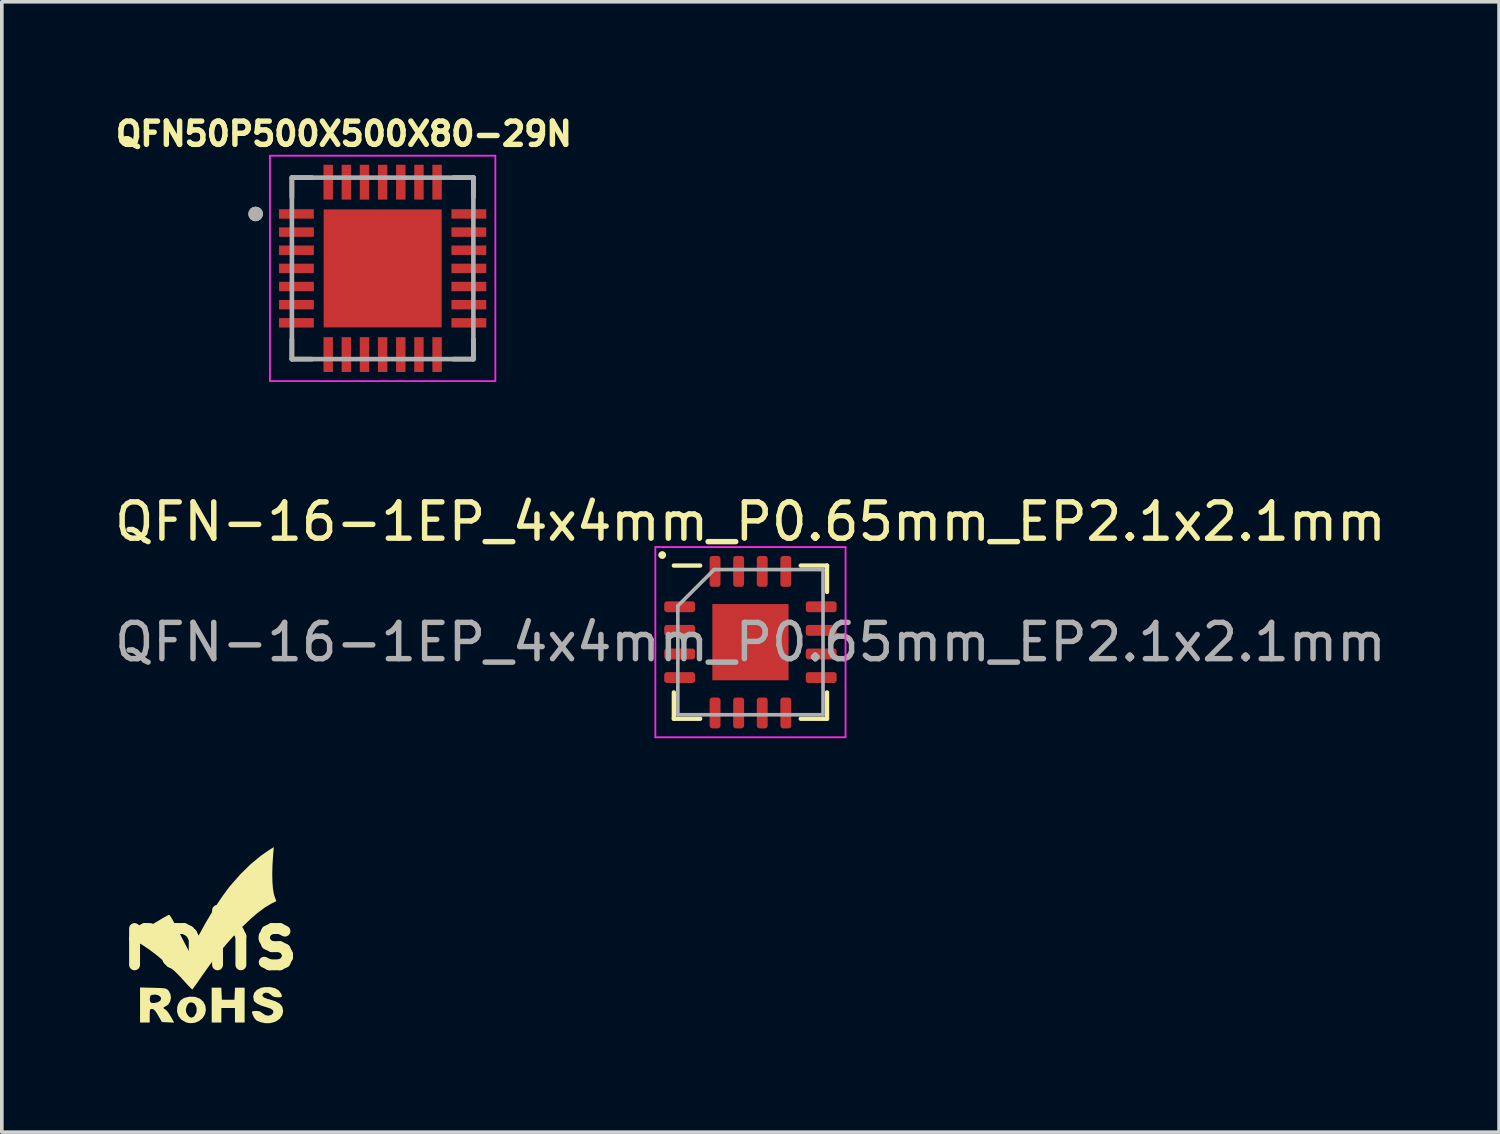
<source format=kicad_pcb>
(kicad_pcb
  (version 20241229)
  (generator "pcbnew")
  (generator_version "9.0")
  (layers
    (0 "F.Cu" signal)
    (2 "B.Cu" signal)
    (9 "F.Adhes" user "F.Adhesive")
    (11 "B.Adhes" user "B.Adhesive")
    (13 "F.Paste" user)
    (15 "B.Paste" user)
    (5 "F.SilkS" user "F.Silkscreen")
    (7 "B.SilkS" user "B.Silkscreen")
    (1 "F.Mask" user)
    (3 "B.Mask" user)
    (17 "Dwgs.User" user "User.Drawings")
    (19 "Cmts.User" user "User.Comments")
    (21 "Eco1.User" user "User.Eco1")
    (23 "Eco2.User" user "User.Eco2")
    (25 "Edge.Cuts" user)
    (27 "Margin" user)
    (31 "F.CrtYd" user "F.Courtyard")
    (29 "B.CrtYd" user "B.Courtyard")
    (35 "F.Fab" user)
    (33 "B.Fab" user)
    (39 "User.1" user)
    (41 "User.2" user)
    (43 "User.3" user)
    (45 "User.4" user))
  (footprint "QFN50P500X500X80-29N"
    (layer "F.Cu")
    (at 7.492 4.344)
    (property "Reference" "QFN50P500X500X80-29N" (at -1.068 -3.706 0) (layer "F.SilkS") (effects (font (size 0.64 0.64) (thickness 0.15))))
    (attr smd)
    (fp_poly (pts (xy -1.725 -1.725) (xy 1.725 -1.725) (xy 1.725 1.725) (xy -1.725 1.725)) (stroke (width 0.01) (type solid)) (fill yes) (layer "F.Mask"))
    (fp_line (start -2.5 -2.5) (end -2.5 -1.95) (stroke (width 0.127) (type solid)) (layer "F.SilkS"))
    (fp_line (start -2.5 1.95) (end -2.5 2.5) (stroke (width 0.127) (type solid)) (layer "F.SilkS"))
    (fp_line (start -1.95 -2.5) (end -2.5 -2.5) (stroke (width 0.127) (type solid)) (layer "F.SilkS"))
    (fp_line (start -1.95 2.5) (end -2.5 2.5) (stroke (width 0.127) (type solid)) (layer "F.SilkS"))
    (fp_line (start 2.5 -2.5) (end 1.95 -2.5) (stroke (width 0.127) (type solid)) (layer "F.SilkS"))
    (fp_line (start 2.5 -2.5) (end 2.5 -1.95) (stroke (width 0.127) (type solid)) (layer "F.SilkS"))
    (fp_line (start 2.5 1.95) (end 2.5 2.5) (stroke (width 0.127) (type solid)) (layer "F.SilkS"))
    (fp_line (start 2.5 2.5) (end 1.95 2.5) (stroke (width 0.127) (type solid)) (layer "F.SilkS"))
    (fp_circle (center -3.5 -1.5) (end -3.4 -1.5) (stroke (width 0.2) (type solid)) (fill no) (layer "F.SilkS"))
    (fp_poly (pts (xy -1.31 -1.31) (xy -0.16 -1.31) (xy -0.16 -0.16) (xy -1.31 -0.16)) (stroke (width 0.01) (type solid)) (fill yes) (layer "F.Paste"))
    (fp_poly (pts (xy -1.31 0.16) (xy -0.16 0.16) (xy -0.16 1.31) (xy -1.31 1.31)) (stroke (width 0.01) (type solid)) (fill yes) (layer "F.Paste"))
    (fp_poly (pts (xy 0.16 -1.31) (xy 1.31 -1.31) (xy 1.31 -0.16) (xy 0.16 -0.16)) (stroke (width 0.01) (type solid)) (fill yes) (layer "F.Paste"))
    (fp_poly (pts (xy 0.16 0.16) (xy 1.31 0.16) (xy 1.31 1.31) (xy 0.16 1.31)) (stroke (width 0.01) (type solid)) (fill yes) (layer "F.Paste"))
    (fp_line (start -3.105 -3.105) (end -3.105 3.105) (stroke (width 0.05) (type solid)) (layer "F.CrtYd"))
    (fp_line (start -3.105 3.105) (end 3.105 3.105) (stroke (width 0.05) (type solid)) (layer "F.CrtYd"))
    (fp_line (start 3.105 -3.105) (end -3.105 -3.105) (stroke (width 0.05) (type solid)) (layer "F.CrtYd"))
    (fp_line (start 3.105 3.105) (end 3.105 -3.105) (stroke (width 0.05) (type solid)) (layer "F.CrtYd"))
    (fp_line (start -2.5 -2.5) (end -2.5 2.5) (stroke (width 0.127) (type solid)) (layer "F.Fab"))
    (fp_line (start -2.5 2.5) (end 2.5 2.5) (stroke (width 0.127) (type solid)) (layer "F.Fab"))
    (fp_line (start 2.5 -2.5) (end -2.5 -2.5) (stroke (width 0.127) (type solid)) (layer "F.Fab"))
    (fp_line (start 2.5 2.5) (end 2.5 -2.5) (stroke (width 0.127) (type solid)) (layer "F.Fab"))
    (fp_circle (center -3.5 -1.5) (end -3.4 -1.5) (stroke (width 0.2) (type solid)) (fill no) (layer "F.Fab"))
    (pad "1" smd rect (at -2.375 -1.5) (size 0.96 0.26) (layers "F.Cu" "F.Mask" "F.Paste"))
    (pad "2" smd rect (at -2.375 -1) (size 0.96 0.26) (layers "F.Cu" "F.Mask" "F.Paste"))
    (pad "3" smd rect (at -2.375 -0.5) (size 0.96 0.26) (layers "F.Cu" "F.Mask" "F.Paste"))
    (pad "4" smd rect (at -2.375 0) (size 0.96 0.26) (layers "F.Cu" "F.Mask" "F.Paste"))
    (pad "5" smd rect (at -2.375 0.5) (size 0.96 0.26) (layers "F.Cu" "F.Mask" "F.Paste"))
    (pad "6" smd rect (at -2.375 1) (size 0.96 0.26) (layers "F.Cu" "F.Mask" "F.Paste"))
    (pad "7" smd rect (at -2.375 1.5) (size 0.96 0.26) (layers "F.Cu" "F.Mask" "F.Paste"))
    (pad "8" smd rect (at -1.5 2.375) (size 0.26 0.96) (layers "F.Cu" "F.Mask" "F.Paste"))
    (pad "9" smd rect (at -1 2.375) (size 0.26 0.96) (layers "F.Cu" "F.Mask" "F.Paste"))
    (pad "10" smd rect (at -0.5 2.375) (size 0.26 0.96) (layers "F.Cu" "F.Mask" "F.Paste"))
    (pad "11" smd rect (at 0 2.375) (size 0.26 0.96) (layers "F.Cu" "F.Mask" "F.Paste"))
    (pad "12" smd rect (at 0.5 2.375) (size 0.26 0.96) (layers "F.Cu" "F.Mask" "F.Paste"))
    (pad "13" smd rect (at 1 2.375) (size 0.26 0.96) (layers "F.Cu" "F.Mask" "F.Paste"))
    (pad "14" smd rect (at 1.5 2.375) (size 0.26 0.96) (layers "F.Cu" "F.Mask" "F.Paste"))
    (pad "15" smd rect (at 2.375 1.5) (size 0.96 0.26) (layers "F.Cu" "F.Mask" "F.Paste"))
    (pad "16" smd rect (at 2.375 1) (size 0.96 0.26) (layers "F.Cu" "F.Mask" "F.Paste"))
    (pad "17" smd rect (at 2.375 0.5) (size 0.96 0.26) (layers "F.Cu" "F.Mask" "F.Paste"))
    (pad "18" smd rect (at 2.375 0) (size 0.96 0.26) (layers "F.Cu" "F.Mask" "F.Paste"))
    (pad "19" smd rect (at 2.375 -0.5) (size 0.96 0.26) (layers "F.Cu" "F.Mask" "F.Paste"))
    (pad "20" smd rect (at 2.375 -1) (size 0.96 0.26) (layers "F.Cu" "F.Mask" "F.Paste"))
    (pad "21" smd rect (at 2.375 -1.5) (size 0.96 0.26) (layers "F.Cu" "F.Mask" "F.Paste"))
    (pad "22" smd rect (at 1.5 -2.375) (size 0.26 0.96) (layers "F.Cu" "F.Mask" "F.Paste"))
    (pad "23" smd rect (at 1 -2.375) (size 0.26 0.96) (layers "F.Cu" "F.Mask" "F.Paste"))
    (pad "24" smd rect (at 0.5 -2.375) (size 0.26 0.96) (layers "F.Cu" "F.Mask" "F.Paste"))
    (pad "25" smd rect (at 0 -2.375) (size 0.26 0.96) (layers "F.Cu" "F.Mask" "F.Paste"))
    (pad "26" smd rect (at -0.5 -2.375) (size 0.26 0.96) (layers "F.Cu" "F.Mask" "F.Paste"))
    (pad "27" smd rect (at -1 -2.375) (size 0.26 0.96) (layers "F.Cu" "F.Mask" "F.Paste"))
    (pad "28" smd rect (at -1.5 -2.375) (size 0.26 0.96) (layers "F.Cu" "F.Mask" "F.Paste"))
    (pad "29" smd custom (at 0 0) (size 1.27 1.27) (layers "F.Cu") (options (anchor rect)) (primitives (gr_poly (pts (xy -1.625 -1.625) (xy -1.625 1.625) (xy 1.625 1.625) (xy 1.625 -1.625)) (width 0.001) (fill yes)))))
  (footprint "QFN-16-1EP_4x4mm_P0.65mm_EP2.1x2.1mm"
    (layer "F.Cu")
    (at 17.625 14.642)
    (property "Reference" "QFN-16-1EP_4x4mm_P0.65mm_EP2.1x2.1mm" (at 0 -3.32 0) (layer "F.SilkS") (effects (font (size 1 1) (thickness 0.15))))
    (attr smd)
    (fp_line (start -2.11 2.11) (end -2.11 1.385) (stroke (width 0.12) (type solid)) (layer "F.SilkS"))
    (fp_line (start -1.385 -2.11) (end -2.11 -2.11) (stroke (width 0.12) (type solid)) (layer "F.SilkS"))
    (fp_line (start -1.385 2.11) (end -2.11 2.11) (stroke (width 0.12) (type solid)) (layer "F.SilkS"))
    (fp_line (start 1.385 -2.11) (end 2.11 -2.11) (stroke (width 0.12) (type solid)) (layer "F.SilkS"))
    (fp_line (start 1.385 2.11) (end 2.11 2.11) (stroke (width 0.12) (type solid)) (layer "F.SilkS"))
    (fp_line (start 2.11 -2.11) (end 2.11 -1.385) (stroke (width 0.12) (type solid)) (layer "F.SilkS"))
    (fp_line (start 2.11 2.11) (end 2.11 1.385) (stroke (width 0.12) (type solid)) (layer "F.SilkS"))
    (fp_circle (center -2.43 -2.4) (end -2.373 -2.4) (stroke (width 0.1) (type solid)) (fill yes) (layer "F.SilkS"))
    (fp_line (start -2.62 -2.62) (end -2.62 2.62) (stroke (width 0.05) (type solid)) (layer "F.CrtYd"))
    (fp_line (start -2.62 2.62) (end 2.62 2.62) (stroke (width 0.05) (type solid)) (layer "F.CrtYd"))
    (fp_line (start 2.62 -2.62) (end -2.62 -2.62) (stroke (width 0.05) (type solid)) (layer "F.CrtYd"))
    (fp_line (start 2.62 2.62) (end 2.62 -2.62) (stroke (width 0.05) (type solid)) (layer "F.CrtYd"))
    (fp_line (start -2 -1) (end -1 -2) (stroke (width 0.1) (type solid)) (layer "F.Fab"))
    (fp_line (start -2 2) (end -2 -1) (stroke (width 0.1) (type solid)) (layer "F.Fab"))
    (fp_line (start -1 -2) (end 2 -2) (stroke (width 0.1) (type solid)) (layer "F.Fab"))
    (fp_line (start 2 -2) (end 2 2) (stroke (width 0.1) (type solid)) (layer "F.Fab"))
    (fp_line (start 2 2) (end -2 2) (stroke (width 0.1) (type solid)) (layer "F.Fab"))
    (fp_text user "${REFERENCE}" (at 0 0 0) (layer "F.Fab") (effects (font (size 1 1) (thickness 0.15))))
    (pad "" smd roundrect (at -0.525 -0.525) (size 0.85 0.85) (layers "F.Paste") (roundrect_rratio 0.25))
    (pad "" smd roundrect (at -0.525 0.525) (size 0.85 0.85) (layers "F.Paste") (roundrect_rratio 0.25))
    (pad "" smd roundrect (at 0.525 -0.525) (size 0.85 0.85) (layers "F.Paste") (roundrect_rratio 0.25))
    (pad "" smd roundrect (at 0.525 0.525) (size 0.85 0.85) (layers "F.Paste") (roundrect_rratio 0.25))
    (pad "1" smd roundrect (at -1.95 -0.975) (size 0.85 0.3) (layers "F.Cu" "F.Mask" "F.Paste") (roundrect_rratio 0.25))
    (pad "2" smd roundrect (at -1.95 -0.325) (size 0.85 0.3) (layers "F.Cu" "F.Mask" "F.Paste") (roundrect_rratio 0.25))
    (pad "3" smd roundrect (at -1.95 0.325) (size 0.85 0.3) (layers "F.Cu" "F.Mask" "F.Paste") (roundrect_rratio 0.25))
    (pad "4" smd roundrect (at -1.95 0.975) (size 0.85 0.3) (layers "F.Cu" "F.Mask" "F.Paste") (roundrect_rratio 0.25))
    (pad "5" smd roundrect (at -0.975 1.95) (size 0.3 0.85) (layers "F.Cu" "F.Mask" "F.Paste") (roundrect_rratio 0.25))
    (pad "6" smd roundrect (at -0.325 1.95) (size 0.3 0.85) (layers "F.Cu" "F.Mask" "F.Paste") (roundrect_rratio 0.25))
    (pad "7" smd roundrect (at 0.325 1.95) (size 0.3 0.85) (layers "F.Cu" "F.Mask" "F.Paste") (roundrect_rratio 0.25))
    (pad "8" smd roundrect (at 0.975 1.95) (size 0.3 0.85) (layers "F.Cu" "F.Mask" "F.Paste") (roundrect_rratio 0.25))
    (pad "9" smd roundrect (at 1.95 0.975) (size 0.85 0.3) (layers "F.Cu" "F.Mask" "F.Paste") (roundrect_rratio 0.25))
    (pad "10" smd roundrect (at 1.95 0.325) (size 0.85 0.3) (layers "F.Cu" "F.Mask" "F.Paste") (roundrect_rratio 0.25))
    (pad "11" smd roundrect (at 1.95 -0.325) (size 0.85 0.3) (layers "F.Cu" "F.Mask" "F.Paste") (roundrect_rratio 0.25))
    (pad "12" smd roundrect (at 1.95 -0.975) (size 0.85 0.3) (layers "F.Cu" "F.Mask" "F.Paste") (roundrect_rratio 0.25))
    (pad "13" smd roundrect (at 0.975 -1.95) (size 0.3 0.85) (layers "F.Cu" "F.Mask" "F.Paste") (roundrect_rratio 0.25))
    (pad "14" smd roundrect (at 0.325 -1.95) (size 0.3 0.85) (layers "F.Cu" "F.Mask" "F.Paste") (roundrect_rratio 0.25))
    (pad "15" smd roundrect (at -0.325 -1.95) (size 0.3 0.85) (layers "F.Cu" "F.Mask" "F.Paste") (roundrect_rratio 0.25))
    (pad "16" smd roundrect (at -0.975 -1.95) (size 0.3 0.85) (layers "F.Cu" "F.Mask" "F.Paste") (roundrect_rratio 0.25))
    (pad "17" smd rect (at 0 0) (size 2.1 2.1) (layers "F.Cu" "F.Mask")))
  (footprint "rohs"
    (layer "F.Cu")
    (at 2.729 22.853)
    (property "Reference" "rohs" (at 0 0 0) (layer "F.SilkS") (effects (font (size 1.5 1.5) (thickness 0.3))))
    (attr board_only exclude_from_pos_files exclude_from_bom)
    (fp_poly (pts (xy 0.326 1.474) (xy 0.334 1.641) (xy 0.507 1.641) (xy 0.68 1.641) (xy 0.688 1.474) (xy 0.696 1.307) (xy 0.828 1.307) (xy 0.961 1.307) (xy 0.961 1.788) (xy 0.961 2.268) (xy 0.827 2.268) (xy 0.694 2.268) (xy 0.694 2.068) (xy 0.694 1.868) (xy 0.507 1.868) (xy 0.32 1.868) (xy 0.32 2.068) (xy 0.32 2.268) (xy 0.187 2.268) (xy 0.053 2.268) (xy 0.053 1.788) (xy 0.053 1.307) (xy 0.185 1.307) (xy 0.318 1.307)) (stroke (width 0) (type solid)) (fill yes) (layer "F.SilkS"))
    (fp_poly (pts (xy -0.4 1.561) (xy -0.274 1.609) (xy -0.179 1.692) (xy -0.122 1.805) (xy -0.107 1.914) (xy -0.131 2.039) (xy -0.197 2.146) (xy -0.295 2.227) (xy -0.415 2.276) (xy -0.546 2.287) (xy -0.654 2.264) (xy -0.777 2.193) (xy -0.862 2.092) (xy -0.902 1.97) (xy -0.9 1.912) (xy -0.658 1.912) (xy -0.652 1.981) (xy -0.612 2.062) (xy -0.556 2.118) (xy -0.507 2.134) (xy -0.454 2.116) (xy -0.421 2.088) (xy -0.365 1.988) (xy -0.361 1.875) (xy -0.373 1.828) (xy -0.42 1.747) (xy -0.49 1.713) (xy -0.559 1.72) (xy -0.604 1.759) (xy -0.64 1.83) (xy -0.658 1.912) (xy -0.9 1.912) (xy -0.896 1.836) (xy -0.865 1.747) (xy -0.799 1.651) (xy -0.703 1.59) (xy -0.569 1.558) (xy -0.549 1.555)) (stroke (width 0) (type solid)) (fill yes) (layer "F.SilkS"))
    (fp_poly (pts (xy -1.558 1.311) (xy -1.413 1.315) (xy -1.311 1.32) (xy -1.243 1.328) (xy -1.198 1.339) (xy -1.168 1.358) (xy -1.141 1.385) (xy -1.132 1.396) (xy -1.082 1.488) (xy -1.07 1.592) (xy -1.093 1.693) (xy -1.146 1.777) (xy -1.228 1.828) (xy -1.274 1.853) (xy -1.268 1.882) (xy -1.224 1.908) (xy -1.183 1.944) (xy -1.13 2.013) (xy -1.076 2.1) (xy -1.074 2.102) (xy -0.981 2.271) (xy -1.15 2.263) (xy -1.318 2.255) (xy -1.422 2.074) (xy -1.48 1.979) (xy -1.524 1.923) (xy -1.563 1.898) (xy -1.59 1.894) (xy -1.623 1.897) (xy -1.643 1.914) (xy -1.652 1.956) (xy -1.654 2.036) (xy -1.654 2.081) (xy -1.654 2.268) (xy -1.788 2.268) (xy -1.921 2.268) (xy -1.921 1.785) (xy -1.921 1.652) (xy -1.651 1.652) (xy -1.644 1.696) (xy -1.606 1.726) (xy -1.536 1.732) (xy -1.447 1.714) (xy -1.428 1.708) (xy -1.362 1.665) (xy -1.34 1.613) (xy -1.358 1.561) (xy -1.41 1.52) (xy -1.49 1.499) (xy -1.533 1.5) (xy -1.603 1.509) (xy -1.636 1.531) (xy -1.649 1.578) (xy -1.65 1.583) (xy -1.651 1.652) (xy -1.921 1.652) (xy -1.921 1.302)) (stroke (width 0) (type solid)) (fill yes) (layer "F.SilkS"))
    (fp_poly (pts (xy 1.795 1.321) (xy 1.9 1.383) (xy 1.967 1.472) (xy 1.982 1.514) (xy 1.986 1.551) (xy 1.967 1.568) (xy 1.912 1.574) (xy 1.875 1.574) (xy 1.784 1.566) (xy 1.722 1.536) (xy 1.692 1.507) (xy 1.619 1.456) (xy 1.542 1.443) (xy 1.478 1.47) (xy 1.467 1.481) (xy 1.45 1.53) (xy 1.487 1.574) (xy 1.576 1.613) (xy 1.636 1.629) (xy 1.806 1.681) (xy 1.926 1.747) (xy 1.994 1.826) (xy 2 1.839) (xy 2.022 1.955) (xy 1.997 2.066) (xy 1.929 2.163) (xy 1.825 2.236) (xy 1.748 2.265) (xy 1.633 2.288) (xy 1.53 2.287) (xy 1.411 2.261) (xy 1.384 2.253) (xy 1.299 2.219) (xy 1.245 2.171) (xy 1.205 2.103) (xy 1.175 2.033) (xy 1.162 1.982) (xy 1.163 1.97) (xy 1.196 1.956) (xy 1.262 1.948) (xy 1.286 1.948) (xy 1.377 1.96) (xy 1.444 2.002) (xy 1.456 2.014) (xy 1.533 2.066) (xy 1.62 2.08) (xy 1.698 2.056) (xy 1.719 2.039) (xy 1.755 1.98) (xy 1.738 1.927) (xy 1.669 1.881) (xy 1.548 1.842) (xy 1.542 1.841) (xy 1.417 1.802) (xy 1.312 1.753) (xy 1.24 1.699) (xy 1.217 1.665) (xy 1.197 1.552) (xy 1.226 1.451) (xy 1.298 1.37) (xy 1.408 1.314) (xy 1.498 1.294) (xy 1.659 1.291)) (stroke (width 0) (type solid)) (fill yes) (layer "F.SilkS"))
    (fp_poly (pts (xy 1.743 -2.303) (xy 1.727 -2.057) (xy 1.722 -1.823) (xy 1.726 -1.612) (xy 1.74 -1.43) (xy 1.763 -1.287) (xy 1.78 -1.225) (xy 1.834 -1.075) (xy 1.696 -1.007) (xy 1.527 -0.908) (xy 1.337 -0.767) (xy 1.129 -0.59) (xy 0.91 -0.38) (xy 0.682 -0.144) (xy 0.452 0.114) (xy 0.224 0.39) (xy 0.003 0.678) (xy -0.208 0.973) (xy -0.233 1.01) (xy -0.313 1.127) (xy -0.384 1.228) (xy -0.439 1.304) (xy -0.472 1.348) (xy -0.48 1.355) (xy -0.504 1.339) (xy -0.554 1.292) (xy -0.619 1.222) (xy -0.642 1.196) (xy -0.835 0.985) (xy -1.043 0.779) (xy -1.259 0.583) (xy -1.475 0.403) (xy -1.683 0.246) (xy -1.876 0.118) (xy -2.046 0.025) (xy -2.074 0.012) (xy -2.142 -0.02) (xy -2.182 -0.047) (xy -2.188 -0.055) (xy -2.166 -0.072) (xy -2.106 -0.112) (xy -2.016 -0.17) (xy -1.903 -0.24) (xy -1.776 -0.318) (xy -1.641 -0.4) (xy -1.508 -0.481) (xy -1.383 -0.555) (xy -1.275 -0.619) (xy -1.19 -0.667) (xy -1.138 -0.694) (xy -1.127 -0.699) (xy -1.114 -0.696) (xy -1.096 -0.677) (xy -1.069 -0.639) (xy -1.032 -0.576) (xy -0.981 -0.483) (xy -0.915 -0.356) (xy -0.83 -0.191) (xy -0.729 0.007) (xy -0.667 0.128) (xy -0.613 0.23) (xy -0.573 0.305) (xy -0.549 0.343) (xy -0.546 0.347) (xy -0.531 0.324) (xy -0.499 0.264) (xy -0.455 0.176) (xy -0.426 0.115) (xy -0.294 -0.149) (xy -0.142 -0.428) (xy 0.023 -0.709) (xy 0.193 -0.98) (xy 0.362 -1.229) (xy 0.521 -1.445) (xy 0.571 -1.507) (xy 0.848 -1.822) (xy 1.132 -2.099) (xy 1.417 -2.334) (xy 1.609 -2.467) (xy 1.764 -2.565)) (stroke (width 0) (type solid)) (fill yes) (layer "F.SilkS")))
  (gr_rect
    (start -3 -3)
    (end 38.25 28.141)
    (stroke (width 0.1) (type default))
    (fill no)
    (layer "Edge.Cuts")))
</source>
